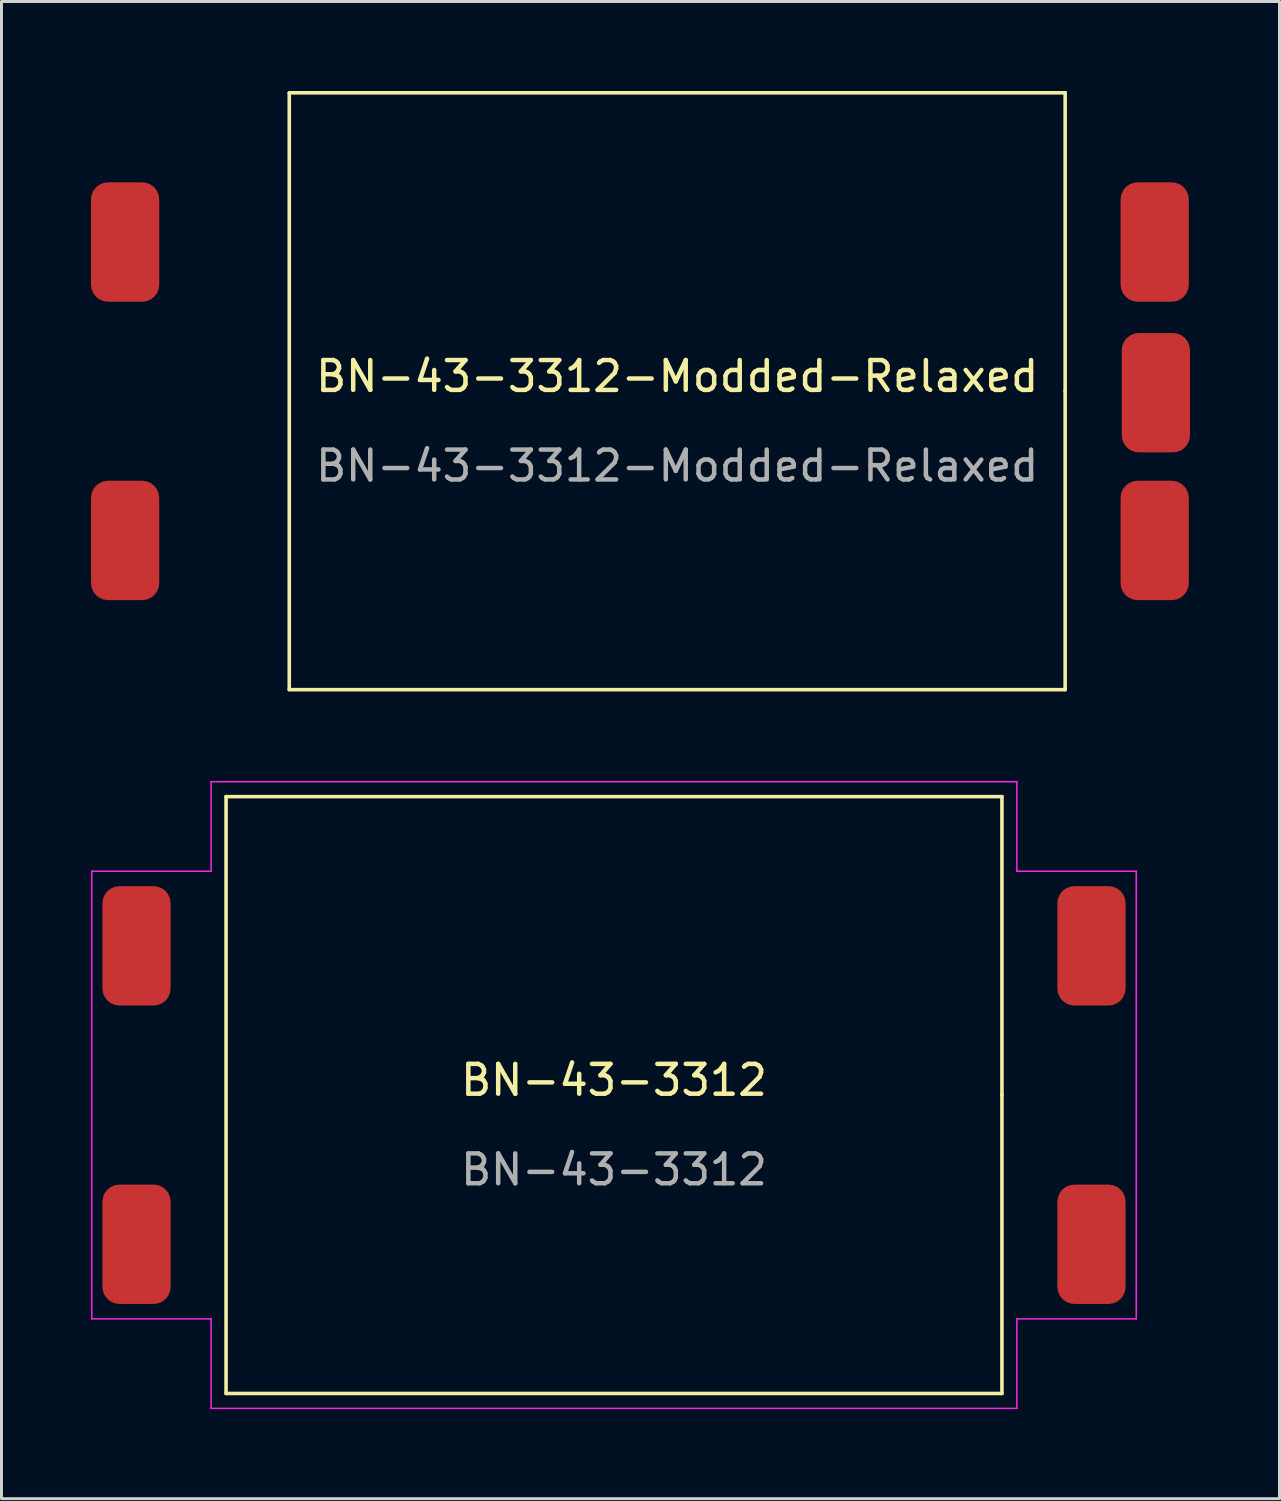
<source format=kicad_pcb>
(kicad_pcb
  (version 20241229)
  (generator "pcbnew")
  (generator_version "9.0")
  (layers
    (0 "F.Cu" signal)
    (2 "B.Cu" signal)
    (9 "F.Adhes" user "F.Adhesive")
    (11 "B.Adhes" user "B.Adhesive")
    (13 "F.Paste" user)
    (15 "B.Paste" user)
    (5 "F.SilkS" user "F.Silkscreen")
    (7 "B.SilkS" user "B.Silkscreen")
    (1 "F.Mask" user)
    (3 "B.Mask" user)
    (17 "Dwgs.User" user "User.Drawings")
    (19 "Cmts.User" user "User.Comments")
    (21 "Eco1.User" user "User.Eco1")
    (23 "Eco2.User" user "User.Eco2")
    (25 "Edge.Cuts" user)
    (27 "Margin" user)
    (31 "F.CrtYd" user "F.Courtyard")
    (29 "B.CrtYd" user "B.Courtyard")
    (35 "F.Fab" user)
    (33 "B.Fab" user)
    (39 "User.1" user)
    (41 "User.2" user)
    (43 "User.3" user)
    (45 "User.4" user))
  (footprint "BN-43-3312"
    (layer "F.Cu")
    (at 17.525 33.645)
    (property "Reference" "BN-43-3312" (at 0 -0.5 0) (unlocked yes) (layer "F.SilkS") (effects (font (size 1 1) (thickness 0.15))))
    (attr smd)
    (fp_line (start -13 -10) (end -13 10) (stroke (width 0.12) (type solid)) (layer "F.SilkS"))
    (fp_line (start -13 10) (end 13 10) (stroke (width 0.12) (type solid)) (layer "F.SilkS"))
    (fp_line (start 13 -10) (end -13 -10) (stroke (width 0.12) (type solid)) (layer "F.SilkS"))
    (fp_line (start 13 0) (end 13 -10) (stroke (width 0.12) (type solid)) (layer "F.SilkS"))
    (fp_line (start 13 10) (end 13 0) (stroke (width 0.12) (type solid)) (layer "F.SilkS"))
    (fp_line (start -17.5 -7.5) (end -13.5 -7.5) (stroke (width 0.05) (type solid)) (layer "F.CrtYd"))
    (fp_line (start -17.5 7.5) (end -17.5 -7.5) (stroke (width 0.05) (type solid)) (layer "F.CrtYd"))
    (fp_line (start -13.5 -10.5) (end 13.5 -10.5) (stroke (width 0.05) (type solid)) (layer "F.CrtYd"))
    (fp_line (start -13.5 -7.5) (end -13.5 -10.5) (stroke (width 0.05) (type solid)) (layer "F.CrtYd"))
    (fp_line (start -13.5 7.5) (end -17.5 7.5) (stroke (width 0.05) (type solid)) (layer "F.CrtYd"))
    (fp_line (start -13.5 10.5) (end -13.5 7.5) (stroke (width 0.05) (type solid)) (layer "F.CrtYd"))
    (fp_line (start 13.5 -10.5) (end 13.5 -7.5) (stroke (width 0.05) (type solid)) (layer "F.CrtYd"))
    (fp_line (start 13.5 -7.5) (end 17.5 -7.5) (stroke (width 0.05) (type solid)) (layer "F.CrtYd"))
    (fp_line (start 13.5 7.5) (end 13.5 10.5) (stroke (width 0.05) (type solid)) (layer "F.CrtYd"))
    (fp_line (start 13.5 10.5) (end -13.5 10.5) (stroke (width 0.05) (type solid)) (layer "F.CrtYd"))
    (fp_line (start 17.5 -7.5) (end 17.5 7.5) (stroke (width 0.05) (type solid)) (layer "F.CrtYd"))
    (fp_line (start 17.5 7.5) (end 13.5 7.5) (stroke (width 0.05) (type solid)) (layer "F.CrtYd"))
    (fp_text user "${REFERENCE}" (at 0 2.5 0) (unlocked yes) (layer "F.Fab") (effects (font (size 1 1) (thickness 0.15))))
    (pad "1" smd roundrect (at -16 -5) (size 2.286 4) (layers "F.Cu" "F.Mask" "F.Paste") (roundrect_rratio 0.25))
    (pad "2" smd roundrect (at -16 5) (size 2.286 4) (layers "F.Cu" "F.Mask" "F.Paste") (roundrect_rratio 0.25))
    (pad "3" smd roundrect (at 16 -5) (size 2.286 4) (layers "F.Cu" "F.Mask" "F.Paste") (roundrect_rratio 0.25))
    (pad "4" smd roundrect (at 16 5) (size 2.286 4) (layers "F.Cu" "F.Mask" "F.Paste") (roundrect_rratio 0.25)))
  (footprint "BN-43-3312-Modded-Relaxed"
    (layer "F.Cu")
    (at 19.643 10.06)
    (property "Reference" "BN-43-3312-Modded-Relaxed" (at 0 -0.5 0) (unlocked yes) (layer "F.SilkS") (effects (font (size 1 1) (thickness 0.15))))
    (attr smd)
    (fp_line (start -13 -10) (end -13 10) (stroke (width 0.12) (type solid)) (layer "F.SilkS"))
    (fp_line (start -13 10) (end 13 10) (stroke (width 0.12) (type solid)) (layer "F.SilkS"))
    (fp_line (start 13 -10) (end -13 -10) (stroke (width 0.12) (type solid)) (layer "F.SilkS"))
    (fp_line (start 13 0) (end 13 -10) (stroke (width 0.12) (type solid)) (layer "F.SilkS"))
    (fp_line (start 13 10) (end 13 0) (stroke (width 0.12) (type solid)) (layer "F.SilkS"))
    (fp_text user "${REFERENCE}" (at 0 2.5 0) (unlocked yes) (layer "F.Fab") (effects (font (size 1 1) (thickness 0.15))))
    (pad "1" smd roundrect (at 16 -5) (size 2.286 4) (layers "F.Cu" "F.Mask" "F.Paste") (roundrect_rratio 0.25))
    (pad "2" smd roundrect (at 16.04 0.05) (size 2.286 4) (layers "F.Cu" "F.Mask" "F.Paste") (roundrect_rratio 0.25))
    (pad "3" smd roundrect (at 16 5) (size 2.286 4) (layers "F.Cu" "F.Mask" "F.Paste") (roundrect_rratio 0.25))
    (pad "4" smd roundrect (at -18.5 -5) (size 2.286 4) (layers "F.Cu" "F.Mask" "F.Paste") (roundrect_rratio 0.25))
    (pad "5" smd roundrect (at -18.5 5) (size 2.286 4) (layers "F.Cu" "F.Mask" "F.Paste") (roundrect_rratio 0.25)))
  (gr_rect
    (start -3 -3)
    (end 39.826 47.17)
    (stroke (width 0.1) (type default))
    (fill no)
    (layer "Edge.Cuts")))
</source>
